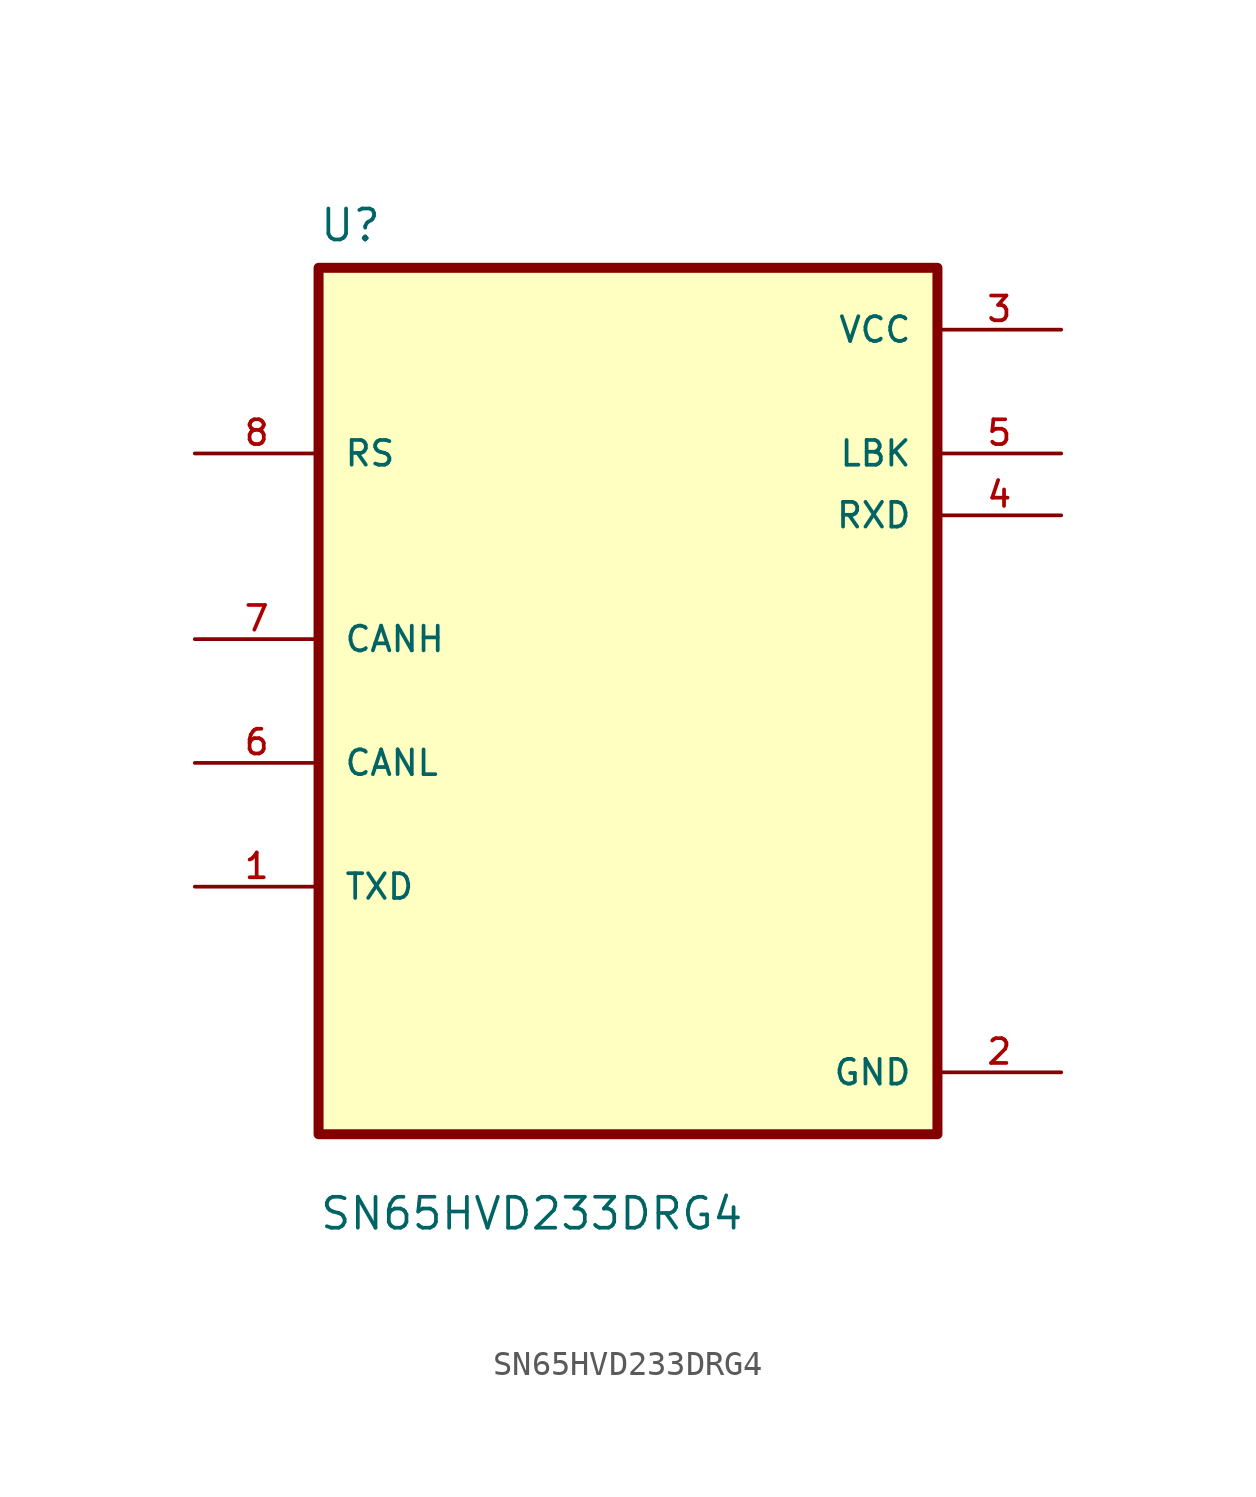
<source format=kicad_sym>
(kicad_symbol_lib
  (version 20211014)
  (generator kicad_symbol_editor)
  (symbol "SN65HVD233DRG4"
    (pin_names
      (offset 1.016))
    (property "Reference" "U"
      (at -12.7 18.78 0.0)
      (effects (font (size 1.27 1.27)) (justify bottom left)))
    (property "Value" "SN65HVD233DRG4"
      (at -12.7 -21.78 0.0)
      (effects (font (size 1.27 1.27)) (justify bottom left)))
    (symbol "SN65HVD233DRG4_0_0"
      (rectangle (start -12.7 -17.78) (end 12.7 17.78) (stroke (width 0.41)) (fill (type background)))
      (pin input line (at -17.78 10.16 0) (length 5.08) (name "RS" (effects (font (size 1.016 1.016)))) (number "8" (effects (font (size 1.016 1.016)))))
      (pin bidirectional line (at -17.78 2.54 0) (length 5.08) (name "CANH" (effects (font (size 1.016 1.016)))) (number "7" (effects (font (size 1.016 1.016)))))
      (pin bidirectional line (at -17.78 -2.54 0) (length 5.08) (name "CANL" (effects (font (size 1.016 1.016)))) (number "6" (effects (font (size 1.016 1.016)))))
      (pin bidirectional line (at -17.78 -7.62 0) (length 5.08) (name "TXD" (effects (font (size 1.016 1.016)))) (number "1" (effects (font (size 1.016 1.016)))))
      (pin power_in line (at 17.78 15.24 180.0) (length 5.08) (name "VCC" (effects (font (size 1.016 1.016)))) (number "3" (effects (font (size 1.016 1.016)))))
      (pin output line (at 17.78 10.16 180.0) (length 5.08) (name "LBK" (effects (font (size 1.016 1.016)))) (number "5" (effects (font (size 1.016 1.016)))))
      (pin output line (at 17.78 7.62 180.0) (length 5.08) (name "RXD" (effects (font (size 1.016 1.016)))) (number "4" (effects (font (size 1.016 1.016)))))
      (pin power_in line (at 17.78 -15.24 180.0) (length 5.08) (name "GND" (effects (font (size 1.016 1.016)))) (number "2" (effects (font (size 1.016 1.016))))))))
</source>
